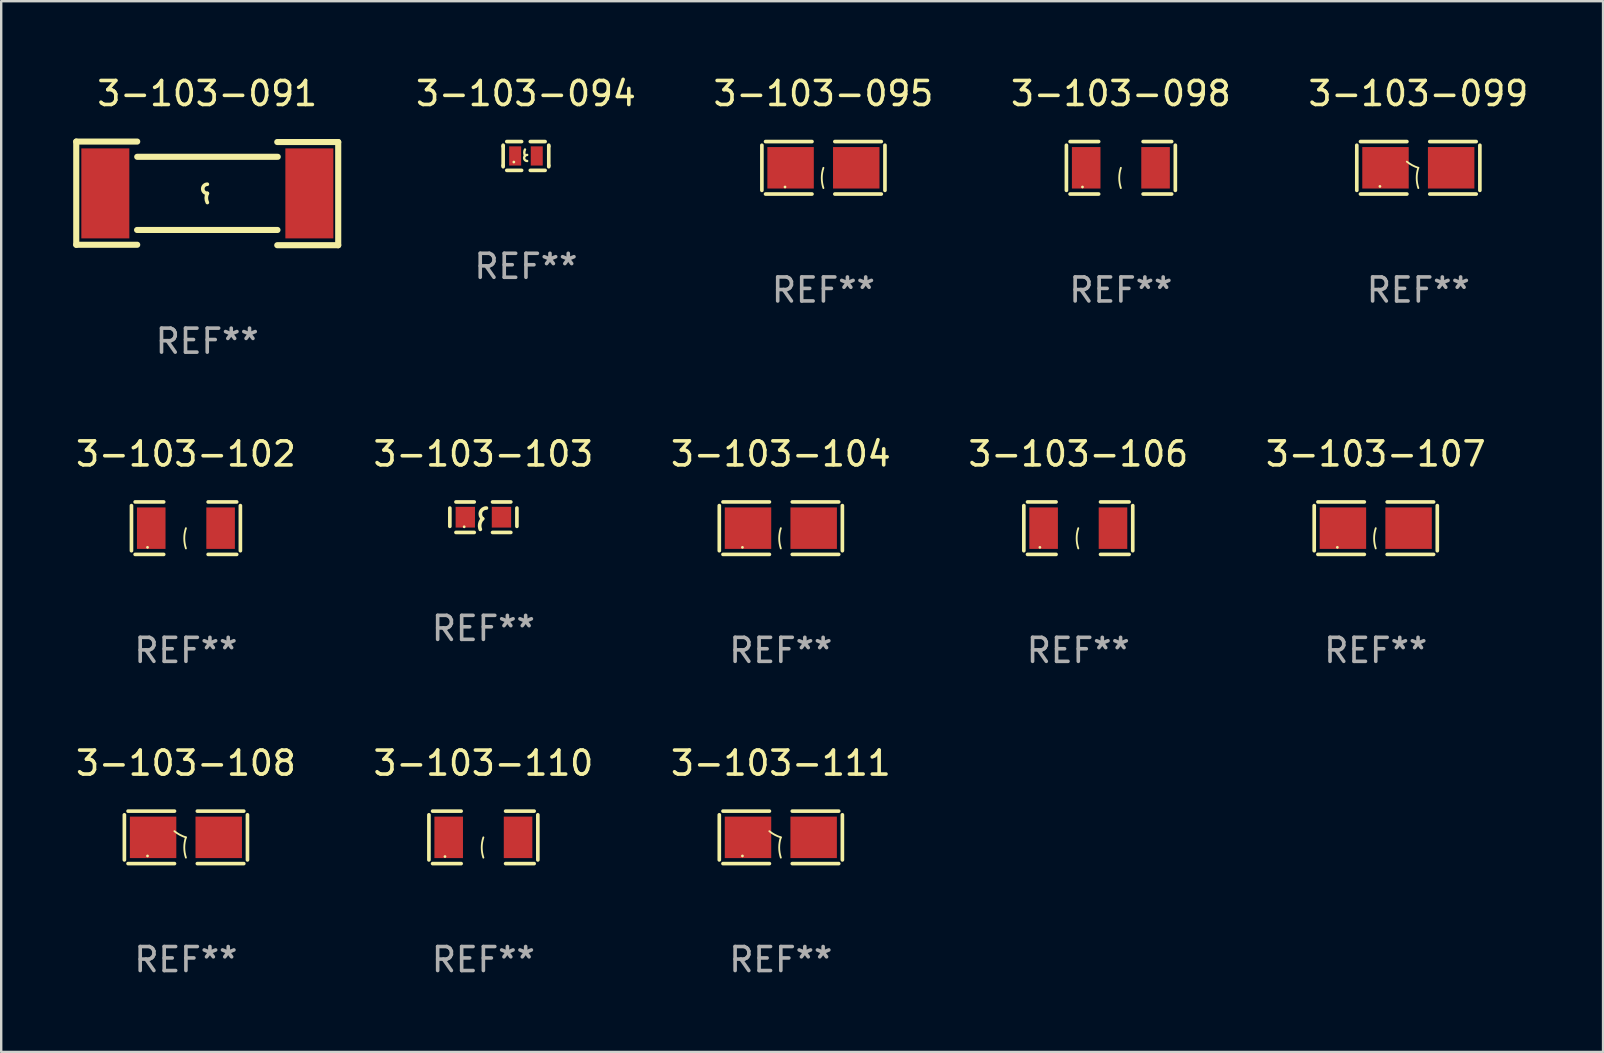
<source format=kicad_pcb>
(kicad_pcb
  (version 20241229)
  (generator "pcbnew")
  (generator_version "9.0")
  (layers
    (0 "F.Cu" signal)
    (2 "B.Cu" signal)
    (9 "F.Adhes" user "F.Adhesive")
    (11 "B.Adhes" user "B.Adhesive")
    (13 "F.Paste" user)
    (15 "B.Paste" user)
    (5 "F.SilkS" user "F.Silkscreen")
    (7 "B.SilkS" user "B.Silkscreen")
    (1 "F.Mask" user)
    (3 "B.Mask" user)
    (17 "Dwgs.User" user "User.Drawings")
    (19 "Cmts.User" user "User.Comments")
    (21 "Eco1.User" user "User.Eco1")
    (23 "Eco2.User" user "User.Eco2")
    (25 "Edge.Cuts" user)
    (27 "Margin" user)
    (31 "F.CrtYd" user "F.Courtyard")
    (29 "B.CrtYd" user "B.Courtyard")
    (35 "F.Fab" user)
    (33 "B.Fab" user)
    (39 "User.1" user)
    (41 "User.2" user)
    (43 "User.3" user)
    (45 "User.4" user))
  (footprint "3-103-103"
    (layer "F.Cu")
    (at 17.089 18.498)
    (property "Reference" "3-103-103" (at 0 -2.635 0) (layer "F.SilkS") (effects (font (size 1 1) (thickness 0.15))))
    (attr through_hole)
    (fp_line (start -1.397 -0.381) (end -1.397 0.381) (stroke (width 0.152) (type solid)) (layer "F.SilkS"))
    (fp_line (start -0.381 -0.635) (end -1.143 -0.635) (stroke (width 0.152) (type solid)) (layer "F.SilkS"))
    (fp_line (start -0.381 0.635) (end -1.143 0.635) (stroke (width 0.152) (type solid)) (layer "F.SilkS"))
    (fp_line (start 0.381 -0.635) (end 1.143 -0.635) (stroke (width 0.152) (type solid)) (layer "F.SilkS"))
    (fp_line (start 0.381 0.635) (end 1.143 0.635) (stroke (width 0.152) (type solid)) (layer "F.SilkS"))
    (fp_line (start 1.397 -0.381) (end 1.397 0.381) (stroke (width 0.152) (type solid)) (layer "F.SilkS"))
    (fp_arc (start -0.127 0.508001) (mid -0.146523 0.271131) (end -0.030861 0.0635) (stroke (width 0.151994) (type solid)) (layer "F.SilkS"))
    (fp_arc (start -0.03175 0.0635) (mid -0.113571 -0.216321) (end 0.127001 -0.381002) (stroke (width 0.151994) (type solid)) (layer "F.SilkS"))
    (fp_circle (center -0.8 0.4) (end -0.77 0.4) (stroke (width 0.06) (type solid)) (fill no) (layer "F.SilkS"))
    (fp_text user "REF**" (at 0 4.635 0) (layer "F.Fab") (effects (font (size 1 1) (thickness 0.15))))
    (pad "1" smd rect (at -0.753 0) (size 0.806 0.864) (layers "F.Cu" "F.Mask" "F.Paste"))
    (pad "2" smd rect (at 0.753 0) (size 0.806 0.864) (layers "F.Cu" "F.Mask" "F.Paste")))
  (footprint "3-103-106"
    (layer "F.Cu")
    (at 41.875 18.955)
    (property "Reference" "3-103-106" (at 0 -3.093 0) (layer "F.SilkS") (effects (font (size 1 1) (thickness 0.15))))
    (attr through_hole)
    (fp_line (start -2.269 -0.94) (end -2.269 0.94) (stroke (width 0.152) (type solid)) (layer "F.SilkS"))
    (fp_line (start -2.116 1.093) (end -0.926 1.093) (stroke (width 0.152) (type solid)) (layer "F.SilkS"))
    (fp_line (start -0.926 -1.093) (end -2.116 -1.093) (stroke (width 0.152) (type solid)) (layer "F.SilkS"))
    (fp_line (start 0.926 -1.093) (end 2.116 -1.093) (stroke (width 0.152) (type solid)) (layer "F.SilkS"))
    (fp_line (start 2.116 1.093) (end 0.926 1.093) (stroke (width 0.152) (type solid)) (layer "F.SilkS"))
    (fp_line (start 2.269 -0.94) (end 2.269 0.94) (stroke (width 0.152) (type solid)) (layer "F.SilkS"))
    (fp_arc (start 0 0.844951) (mid -0.068559 0.422475) (end 0 0) (stroke (width 0.0762) (type solid)) (layer "F.SilkS"))
    (fp_circle (center -1.6 0.8) (end -1.57 0.8) (stroke (width 0.06) (type solid)) (fill no) (layer "F.SilkS"))
    (fp_text user "REF**" (at 0 5.093 0) (layer "F.Fab") (effects (font (size 1 1) (thickness 0.15))))
    (pad "1" smd rect (at -1.445 0) (size 1.19 1.728) (layers "F.Cu" "F.Mask" "F.Paste"))
    (pad "2" smd rect (at 1.445 0) (size 1.19 1.728) (layers "F.Cu" "F.Mask" "F.Paste")))
  (footprint "3-103-095"
    (layer "F.Cu")
    (at 31.256 3.941)
    (property "Reference" "3-103-095" (at 0 -3.093 0) (layer "F.SilkS") (effects (font (size 1 1) (thickness 0.15))))
    (attr through_hole)
    (fp_line (start -2.564 -0.94) (end -2.564 0.94) (stroke (width 0.152) (type solid)) (layer "F.SilkS"))
    (fp_line (start -2.411 1.093) (end -0.476 1.093) (stroke (width 0.152) (type solid)) (layer "F.SilkS"))
    (fp_line (start -0.476 -1.093) (end -2.411 -1.093) (stroke (width 0.152) (type solid)) (layer "F.SilkS"))
    (fp_line (start 0.476 -1.093) (end 2.411 -1.093) (stroke (width 0.152) (type solid)) (layer "F.SilkS"))
    (fp_line (start 2.411 1.093) (end 0.476 1.093) (stroke (width 0.152) (type solid)) (layer "F.SilkS"))
    (fp_line (start 2.564 -0.94) (end 2.564 0.94) (stroke (width 0.152) (type solid)) (layer "F.SilkS"))
    (fp_arc (start 0 0.844951) (mid -0.068559 0.422475) (end 0 0) (stroke (width 0.0762) (type solid)) (layer "F.SilkS"))
    (fp_circle (center -1.6 0.8) (end -1.57 0.8) (stroke (width 0.06) (type solid)) (fill no) (layer "F.SilkS"))
    (fp_text user "REF**" (at 0 5.093 0) (layer "F.Fab") (effects (font (size 1 1) (thickness 0.15))))
    (pad "1" smd rect (at -1.368 0) (size 1.935 1.728) (layers "F.Cu" "F.Mask" "F.Paste"))
    (pad "2" smd rect (at 1.368 0) (size 1.935 1.728) (layers "F.Cu" "F.Mask" "F.Paste")))
  (footprint "3-103-102"
    (layer "F.Cu")
    (at 4.696 18.955)
    (property "Reference" "3-103-102" (at 0 -3.093 0) (layer "F.SilkS") (effects (font (size 1 1) (thickness 0.15))))
    (attr through_hole)
    (fp_line (start -2.269 -0.94) (end -2.269 0.94) (stroke (width 0.152) (type solid)) (layer "F.SilkS"))
    (fp_line (start -2.116 1.093) (end -0.926 1.093) (stroke (width 0.152) (type solid)) (layer "F.SilkS"))
    (fp_line (start -0.926 -1.093) (end -2.116 -1.093) (stroke (width 0.152) (type solid)) (layer "F.SilkS"))
    (fp_line (start 0.926 -1.093) (end 2.116 -1.093) (stroke (width 0.152) (type solid)) (layer "F.SilkS"))
    (fp_line (start 2.116 1.093) (end 0.926 1.093) (stroke (width 0.152) (type solid)) (layer "F.SilkS"))
    (fp_line (start 2.269 -0.94) (end 2.269 0.94) (stroke (width 0.152) (type solid)) (layer "F.SilkS"))
    (fp_arc (start 0 0.844951) (mid -0.068559 0.422475) (end 0 0) (stroke (width 0.0762) (type solid)) (layer "F.SilkS"))
    (fp_circle (center -1.6 0.8) (end -1.57 0.8) (stroke (width 0.06) (type solid)) (fill no) (layer "F.SilkS"))
    (fp_text user "REF**" (at 0 5.093 0) (layer "F.Fab") (effects (font (size 1 1) (thickness 0.15))))
    (pad "1" smd rect (at -1.445 0) (size 1.19 1.728) (layers "F.Cu" "F.Mask" "F.Paste"))
    (pad "2" smd rect (at 1.445 0) (size 1.19 1.728) (layers "F.Cu" "F.Mask" "F.Paste")))
  (footprint "3-103-111"
    (layer "F.Cu")
    (at 29.482 31.837)
    (property "Reference" "3-103-111" (at 0 -3.093 0) (layer "F.SilkS") (effects (font (size 1 1) (thickness 0.15))))
    (attr through_hole)
    (fp_line (start -2.564 -0.94) (end -2.564 0.94) (stroke (width 0.152) (type solid)) (layer "F.SilkS"))
    (fp_line (start -2.411 1.093) (end -0.476 1.093) (stroke (width 0.152) (type solid)) (layer "F.SilkS"))
    (fp_line (start -0.476 -1.093) (end -2.411 -1.093) (stroke (width 0.152) (type solid)) (layer "F.SilkS"))
    (fp_line (start 0.476 -1.093) (end 2.411 -1.093) (stroke (width 0.152) (type solid)) (layer "F.SilkS"))
    (fp_line (start 2.411 1.093) (end 0.476 1.093) (stroke (width 0.152) (type solid)) (layer "F.SilkS"))
    (fp_line (start 2.564 -0.94) (end 2.564 0.94) (stroke (width 0.152) (type solid)) (layer "F.SilkS"))
    (fp_arc (start 0 0) (mid -0.25226 -0.10569) (end -0.479707 -0.257589) (stroke (width 0.0762) (type solid)) (layer "F.SilkS"))
    (fp_arc (start 0 0.844958) (mid -0.068559 0.422479) (end 0 0) (stroke (width 0.0762) (type solid)) (layer "F.SilkS"))
    (fp_circle (center -1.6 0.775) (end -1.57 0.775) (stroke (width 0.06) (type solid)) (fill no) (layer "F.SilkS"))
    (fp_text user "REF**" (at 0 5.093 0) (layer "F.Fab") (effects (font (size 1 1) (thickness 0.15))))
    (pad "1" smd rect (at -1.368 -0.000051) (size 1.935 1.728) (layers "F.Cu" "F.Mask" "F.Paste"))
    (pad "2" smd rect (at 1.367 -0.000051) (size 1.935 1.728) (layers "F.Cu" "F.Mask" "F.Paste")))
  (footprint "3-103-091"
    (layer "F.Cu")
    (at 5.584 5.007)
    (property "Reference" "3-103-091" (at 0 -4.159 0) (layer "F.SilkS") (effects (font (size 1 1) (thickness 0.15))))
    (attr through_hole)
    (fp_line (start -5.457 -2.159) (end -5.457 2.14) (stroke (width 0.254) (type solid)) (layer "F.SilkS"))
    (fp_line (start -5.457 -2.159) (end -2.917 -2.159) (stroke (width 0.254) (type solid)) (layer "F.SilkS"))
    (fp_line (start -5.457 2.14) (end -2.917 2.14) (stroke (width 0.254) (type solid)) (layer "F.SilkS"))
    (fp_line (start -2.923 1.524) (end 2.926 1.524) (stroke (width 0.254) (type solid)) (layer "F.SilkS"))
    (fp_line (start -2.917 -1.524) (end 2.938 -1.524) (stroke (width 0.254) (type solid)) (layer "F.SilkS"))
    (fp_line (start 5.457 -2.14) (end 2.917 -2.14) (stroke (width 0.254) (type solid)) (layer "F.SilkS"))
    (fp_line (start 5.457 -2.14) (end 5.457 2.159) (stroke (width 0.254) (type solid)) (layer "F.SilkS"))
    (fp_line (start 5.457 2.159) (end 2.917 2.159) (stroke (width 0.254) (type solid)) (layer "F.SilkS"))
    (fp_arc (start 0.004496 0) (mid -0.186004 -0.1905) (end 0.004496 -0.381) (stroke (width 0.151994) (type solid)) (layer "F.SilkS"))
    (fp_arc (start 0.004496 0.381001) (mid -0.040475 0.1905) (end 0.004496 0) (stroke (width 0.151994) (type solid)) (layer "F.SilkS"))
    (fp_circle (center -5.446 1.5) (end -5.416 1.5) (stroke (width 0.06) (type solid)) (fill no) (layer "F.SilkS"))
    (fp_text user "REF**" (at 0 6.159 0) (layer "F.Fab") (effects (font (size 1 1) (thickness 0.15))))
    (pad "1" smd rect (at -4.246 0) (size 2 3.75) (layers "F.Cu" "F.Mask" "F.Paste"))
    (pad "2" smd rect (at 4.255 0) (size 2 3.75) (layers "F.Cu" "F.Mask" "F.Paste")))
  (footprint "3-103-110"
    (layer "F.Cu")
    (at 17.089 31.837)
    (property "Reference" "3-103-110" (at 0 -3.093 0) (layer "F.SilkS") (effects (font (size 1 1) (thickness 0.15))))
    (attr through_hole)
    (fp_line (start -2.269 -0.94) (end -2.269 0.94) (stroke (width 0.152) (type solid)) (layer "F.SilkS"))
    (fp_line (start -2.116 1.093) (end -0.926 1.093) (stroke (width 0.152) (type solid)) (layer "F.SilkS"))
    (fp_line (start -0.926 -1.093) (end -2.116 -1.093) (stroke (width 0.152) (type solid)) (layer "F.SilkS"))
    (fp_line (start 0.926 -1.093) (end 2.116 -1.093) (stroke (width 0.152) (type solid)) (layer "F.SilkS"))
    (fp_line (start 2.116 1.093) (end 0.926 1.093) (stroke (width 0.152) (type solid)) (layer "F.SilkS"))
    (fp_line (start 2.269 -0.94) (end 2.269 0.94) (stroke (width 0.152) (type solid)) (layer "F.SilkS"))
    (fp_arc (start 0 0.844951) (mid -0.068559 0.422475) (end 0 0) (stroke (width 0.0762) (type solid)) (layer "F.SilkS"))
    (fp_circle (center -1.6 0.8) (end -1.57 0.8) (stroke (width 0.06) (type solid)) (fill no) (layer "F.SilkS"))
    (fp_text user "REF**" (at 0 5.093 0) (layer "F.Fab") (effects (font (size 1 1) (thickness 0.15))))
    (pad "1" smd rect (at -1.445 0) (size 1.19 1.728) (layers "F.Cu" "F.Mask" "F.Paste"))
    (pad "2" smd rect (at 1.445 0) (size 1.19 1.728) (layers "F.Cu" "F.Mask" "F.Paste")))
  (footprint "3-103-094"
    (layer "F.Cu")
    (at 18.863 3.448)
    (property "Reference" "3-103-094" (at 0 -2.6 0) (layer "F.SilkS") (effects (font (size 1 1) (thickness 0.15))))
    (attr through_hole)
    (fp_line (start -0.95 -0.45) (end -0.95 -0.4) (stroke (width 0.15) (type solid)) (layer "F.SilkS"))
    (fp_line (start -0.95 -0.4) (end -0.95 0.4) (stroke (width 0.15) (type solid)) (layer "F.SilkS"))
    (fp_line (start -0.95 0.45) (end -0.95 0.4) (stroke (width 0.15) (type solid)) (layer "F.SilkS"))
    (fp_line (start -0.18 -0.6) (end -0.8 -0.6) (stroke (width 0.15) (type solid)) (layer "F.SilkS"))
    (fp_line (start -0.18 0.6) (end -0.8 0.6) (stroke (width 0.15) (type solid)) (layer "F.SilkS"))
    (fp_line (start 0.18 -0.6) (end 0.8 -0.6) (stroke (width 0.15) (type solid)) (layer "F.SilkS"))
    (fp_line (start 0.18 0.6) (end 0.8 0.6) (stroke (width 0.15) (type solid)) (layer "F.SilkS"))
    (fp_line (start 0.95 -0.45) (end 0.95 -0.4) (stroke (width 0.15) (type solid)) (layer "F.SilkS"))
    (fp_line (start 0.95 -0.4) (end 0.95 0.4) (stroke (width 0.15) (type solid)) (layer "F.SilkS"))
    (fp_line (start 0.95 0.45) (end 0.95 0.4) (stroke (width 0.15) (type solid)) (layer "F.SilkS"))
    (fp_arc (start -0.039942 -0.016052) (mid -0.069923 -0.143053) (end -0.039942 -0.270053) (stroke (width 0.1) (type solid)) (layer "F.SilkS"))
    (fp_arc (start 0.050076 0.209957) (mid -0.076924 0.082957) (end 0.050076 -0.044043) (stroke (width 0.1) (type solid)) (layer "F.SilkS"))
    (fp_circle (center -0.505 0.253) (end -0.475 0.253) (stroke (width 0.06) (type solid)) (fill no) (layer "F.SilkS"))
    (fp_text user "REF**" (at 0 4.6 0) (layer "F.Fab") (effects (font (size 1 1) (thickness 0.15))))
    (pad "1" smd rect (at -0.45 -0.000051) (size 0.5 0.8) (layers "F.Cu" "F.Mask" "F.Paste"))
    (pad "2" smd rect (at 0.45 -0.000051) (size 0.5 0.8) (layers "F.Cu" "F.Mask" "F.Paste")))
  (footprint "3-103-098"
    (layer "F.Cu")
    (at 43.649 3.941)
    (property "Reference" "3-103-098" (at 0 -3.093 0) (layer "F.SilkS") (effects (font (size 1 1) (thickness 0.15))))
    (attr through_hole)
    (fp_line (start -2.269 -0.94) (end -2.269 0.94) (stroke (width 0.152) (type solid)) (layer "F.SilkS"))
    (fp_line (start -2.116 1.093) (end -0.926 1.093) (stroke (width 0.152) (type solid)) (layer "F.SilkS"))
    (fp_line (start -0.926 -1.093) (end -2.116 -1.093) (stroke (width 0.152) (type solid)) (layer "F.SilkS"))
    (fp_line (start 0.926 -1.093) (end 2.116 -1.093) (stroke (width 0.152) (type solid)) (layer "F.SilkS"))
    (fp_line (start 2.116 1.093) (end 0.926 1.093) (stroke (width 0.152) (type solid)) (layer "F.SilkS"))
    (fp_line (start 2.269 -0.94) (end 2.269 0.94) (stroke (width 0.152) (type solid)) (layer "F.SilkS"))
    (fp_arc (start 0 0.844951) (mid -0.068559 0.422475) (end 0 0) (stroke (width 0.0762) (type solid)) (layer "F.SilkS"))
    (fp_circle (center -1.6 0.8) (end -1.57 0.8) (stroke (width 0.06) (type solid)) (fill no) (layer "F.SilkS"))
    (fp_text user "REF**" (at 0 5.093 0) (layer "F.Fab") (effects (font (size 1 1) (thickness 0.15))))
    (pad "1" smd rect (at -1.445 0) (size 1.19 1.728) (layers "F.Cu" "F.Mask" "F.Paste"))
    (pad "2" smd rect (at 1.445 0) (size 1.19 1.728) (layers "F.Cu" "F.Mask" "F.Paste")))
  (footprint "3-103-104"
    (layer "F.Cu")
    (at 29.482 18.955)
    (property "Reference" "3-103-104" (at 0 -3.093 0) (layer "F.SilkS") (effects (font (size 1 1) (thickness 0.15))))
    (attr through_hole)
    (fp_line (start -2.564 -0.94) (end -2.564 0.94) (stroke (width 0.152) (type solid)) (layer "F.SilkS"))
    (fp_line (start -2.411 1.093) (end -0.476 1.093) (stroke (width 0.152) (type solid)) (layer "F.SilkS"))
    (fp_line (start -0.476 -1.093) (end -2.411 -1.093) (stroke (width 0.152) (type solid)) (layer "F.SilkS"))
    (fp_line (start 0.476 -1.093) (end 2.411 -1.093) (stroke (width 0.152) (type solid)) (layer "F.SilkS"))
    (fp_line (start 2.411 1.093) (end 0.476 1.093) (stroke (width 0.152) (type solid)) (layer "F.SilkS"))
    (fp_line (start 2.564 -0.94) (end 2.564 0.94) (stroke (width 0.152) (type solid)) (layer "F.SilkS"))
    (fp_arc (start 0 0.844951) (mid -0.068559 0.422475) (end 0 0) (stroke (width 0.0762) (type solid)) (layer "F.SilkS"))
    (fp_circle (center -1.6 0.8) (end -1.57 0.8) (stroke (width 0.06) (type solid)) (fill no) (layer "F.SilkS"))
    (fp_text user "REF**" (at 0 5.093 0) (layer "F.Fab") (effects (font (size 1 1) (thickness 0.15))))
    (pad "1" smd rect (at -1.368 0) (size 1.935 1.728) (layers "F.Cu" "F.Mask" "F.Paste"))
    (pad "2" smd rect (at 1.368 0) (size 1.935 1.728) (layers "F.Cu" "F.Mask" "F.Paste")))
  (footprint "3-103-099"
    (layer "F.Cu")
    (at 56.042 3.941)
    (property "Reference" "3-103-099" (at 0 -3.093 0) (layer "F.SilkS") (effects (font (size 1 1) (thickness 0.15))))
    (attr through_hole)
    (fp_line (start -2.564 -0.94) (end -2.564 0.94) (stroke (width 0.152) (type solid)) (layer "F.SilkS"))
    (fp_line (start -2.411 1.093) (end -0.476 1.093) (stroke (width 0.152) (type solid)) (layer "F.SilkS"))
    (fp_line (start -0.476 -1.093) (end -2.411 -1.093) (stroke (width 0.152) (type solid)) (layer "F.SilkS"))
    (fp_line (start 0.476 -1.093) (end 2.411 -1.093) (stroke (width 0.152) (type solid)) (layer "F.SilkS"))
    (fp_line (start 2.411 1.093) (end 0.476 1.093) (stroke (width 0.152) (type solid)) (layer "F.SilkS"))
    (fp_line (start 2.564 -0.94) (end 2.564 0.94) (stroke (width 0.152) (type solid)) (layer "F.SilkS"))
    (fp_arc (start 0 0) (mid -0.25226 -0.10569) (end -0.479707 -0.257589) (stroke (width 0.0762) (type solid)) (layer "F.SilkS"))
    (fp_arc (start 0 0.844958) (mid -0.068559 0.422479) (end 0 0) (stroke (width 0.0762) (type solid)) (layer "F.SilkS"))
    (fp_circle (center -1.6 0.775) (end -1.57 0.775) (stroke (width 0.06) (type solid)) (fill no) (layer "F.SilkS"))
    (fp_text user "REF**" (at 0 5.093 0) (layer "F.Fab") (effects (font (size 1 1) (thickness 0.15))))
    (pad "1" smd rect (at -1.368 -0.000051) (size 1.935 1.728) (layers "F.Cu" "F.Mask" "F.Paste"))
    (pad "2" smd rect (at 1.367 -0.000051) (size 1.935 1.728) (layers "F.Cu" "F.Mask" "F.Paste")))
  (footprint "3-103-107"
    (layer "F.Cu")
    (at 54.268 18.955)
    (property "Reference" "3-103-107" (at 0 -3.093 0) (layer "F.SilkS") (effects (font (size 1 1) (thickness 0.15))))
    (attr through_hole)
    (fp_line (start -2.564 -0.94) (end -2.564 0.94) (stroke (width 0.152) (type solid)) (layer "F.SilkS"))
    (fp_line (start -2.411 1.093) (end -0.476 1.093) (stroke (width 0.152) (type solid)) (layer "F.SilkS"))
    (fp_line (start -0.476 -1.093) (end -2.411 -1.093) (stroke (width 0.152) (type solid)) (layer "F.SilkS"))
    (fp_line (start 0.476 -1.093) (end 2.411 -1.093) (stroke (width 0.152) (type solid)) (layer "F.SilkS"))
    (fp_line (start 2.411 1.093) (end 0.476 1.093) (stroke (width 0.152) (type solid)) (layer "F.SilkS"))
    (fp_line (start 2.564 -0.94) (end 2.564 0.94) (stroke (width 0.152) (type solid)) (layer "F.SilkS"))
    (fp_arc (start 0 0.844951) (mid -0.068559 0.422475) (end 0 0) (stroke (width 0.0762) (type solid)) (layer "F.SilkS"))
    (fp_circle (center -1.6 0.8) (end -1.57 0.8) (stroke (width 0.06) (type solid)) (fill no) (layer "F.SilkS"))
    (fp_text user "REF**" (at 0 5.093 0) (layer "F.Fab") (effects (font (size 1 1) (thickness 0.15))))
    (pad "1" smd rect (at -1.368 0) (size 1.935 1.728) (layers "F.Cu" "F.Mask" "F.Paste"))
    (pad "2" smd rect (at 1.368 0) (size 1.935 1.728) (layers "F.Cu" "F.Mask" "F.Paste")))
  (footprint "3-103-108"
    (layer "F.Cu")
    (at 4.696 31.837)
    (property "Reference" "3-103-108" (at 0 -3.093 0) (layer "F.SilkS") (effects (font (size 1 1) (thickness 0.15))))
    (attr through_hole)
    (fp_line (start -2.564 -0.94) (end -2.564 0.94) (stroke (width 0.152) (type solid)) (layer "F.SilkS"))
    (fp_line (start -2.411 1.093) (end -0.476 1.093) (stroke (width 0.152) (type solid)) (layer "F.SilkS"))
    (fp_line (start -0.476 -1.093) (end -2.411 -1.093) (stroke (width 0.152) (type solid)) (layer "F.SilkS"))
    (fp_line (start 0.476 -1.093) (end 2.411 -1.093) (stroke (width 0.152) (type solid)) (layer "F.SilkS"))
    (fp_line (start 2.411 1.093) (end 0.476 1.093) (stroke (width 0.152) (type solid)) (layer "F.SilkS"))
    (fp_line (start 2.564 -0.94) (end 2.564 0.94) (stroke (width 0.152) (type solid)) (layer "F.SilkS"))
    (fp_arc (start 0 0) (mid -0.25226 -0.10569) (end -0.479707 -0.257589) (stroke (width 0.0762) (type solid)) (layer "F.SilkS"))
    (fp_arc (start 0 0.844958) (mid -0.068559 0.422479) (end 0 0) (stroke (width 0.0762) (type solid)) (layer "F.SilkS"))
    (fp_circle (center -1.6 0.775) (end -1.57 0.775) (stroke (width 0.06) (type solid)) (fill no) (layer "F.SilkS"))
    (fp_text user "REF**" (at 0 5.093 0) (layer "F.Fab") (effects (font (size 1 1) (thickness 0.15))))
    (pad "1" smd rect (at -1.368 -0.000051) (size 1.935 1.728) (layers "F.Cu" "F.Mask" "F.Paste"))
    (pad "2" smd rect (at 1.367 -0.000051) (size 1.935 1.728) (layers "F.Cu" "F.Mask" "F.Paste")))
  (gr_rect
    (start -3 -3)
    (end 63.738 40.778)
    (stroke (width 0.1) (type default))
    (fill no)
    (layer "Edge.Cuts")))
</source>
